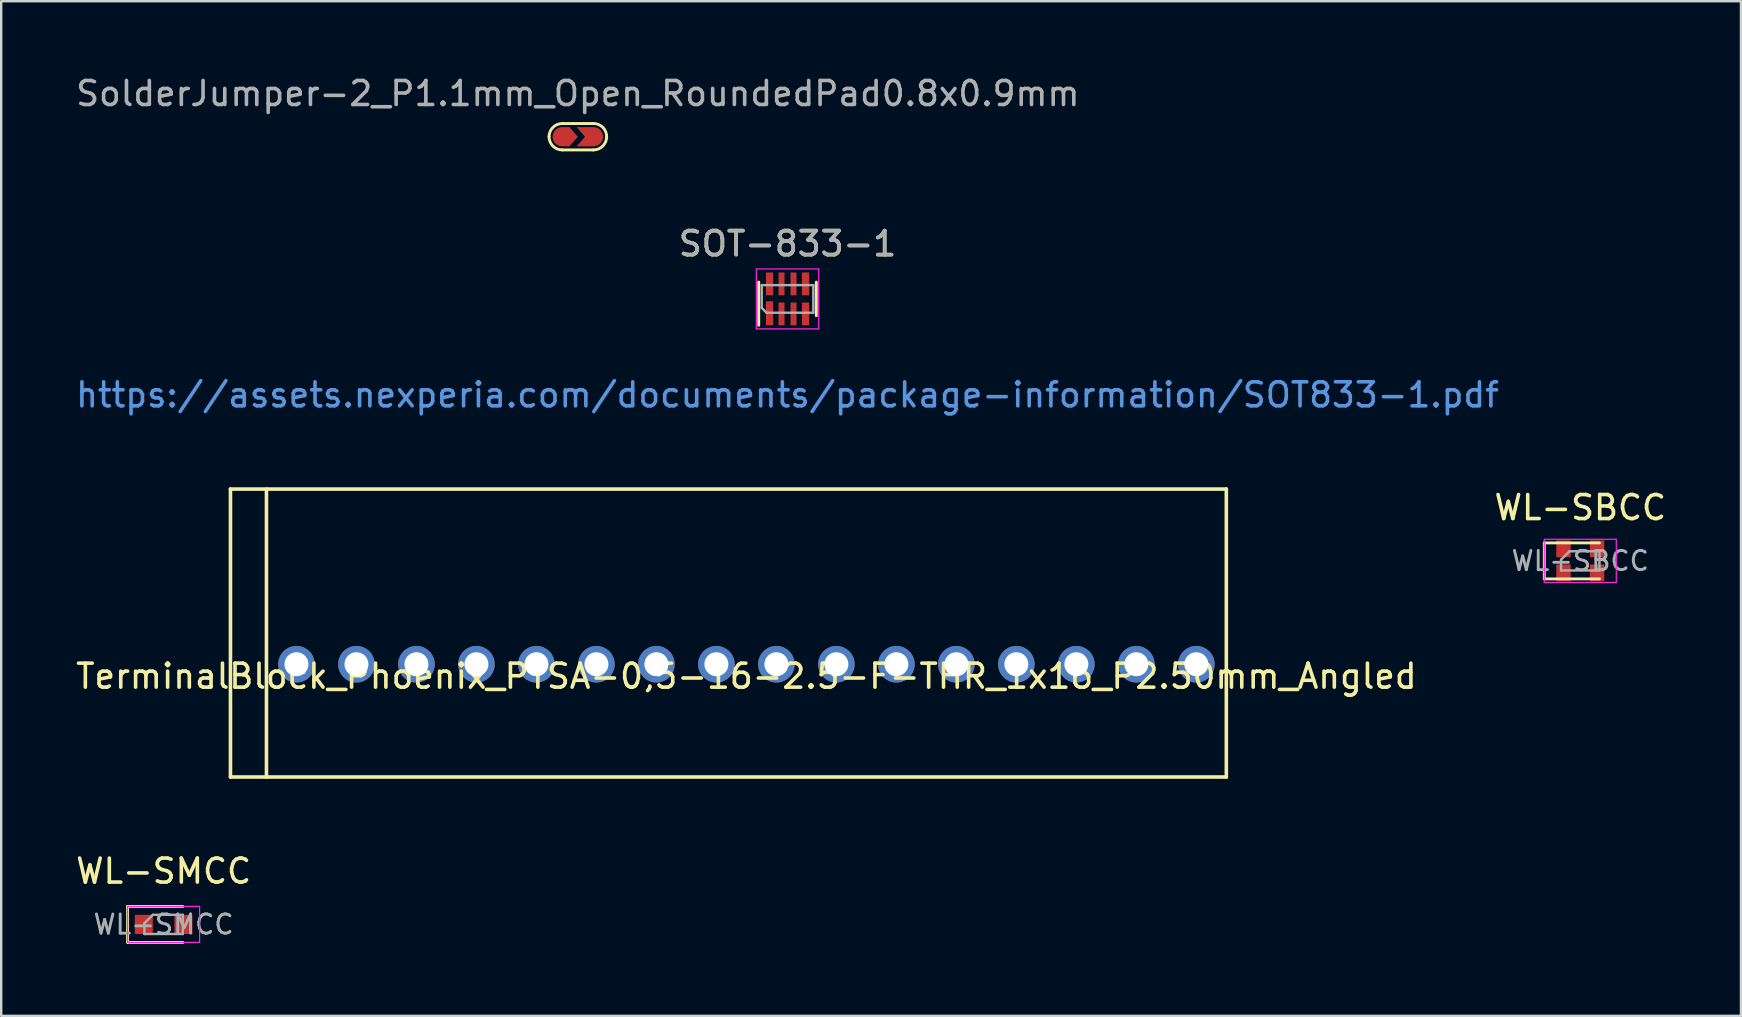
<source format=kicad_pcb>
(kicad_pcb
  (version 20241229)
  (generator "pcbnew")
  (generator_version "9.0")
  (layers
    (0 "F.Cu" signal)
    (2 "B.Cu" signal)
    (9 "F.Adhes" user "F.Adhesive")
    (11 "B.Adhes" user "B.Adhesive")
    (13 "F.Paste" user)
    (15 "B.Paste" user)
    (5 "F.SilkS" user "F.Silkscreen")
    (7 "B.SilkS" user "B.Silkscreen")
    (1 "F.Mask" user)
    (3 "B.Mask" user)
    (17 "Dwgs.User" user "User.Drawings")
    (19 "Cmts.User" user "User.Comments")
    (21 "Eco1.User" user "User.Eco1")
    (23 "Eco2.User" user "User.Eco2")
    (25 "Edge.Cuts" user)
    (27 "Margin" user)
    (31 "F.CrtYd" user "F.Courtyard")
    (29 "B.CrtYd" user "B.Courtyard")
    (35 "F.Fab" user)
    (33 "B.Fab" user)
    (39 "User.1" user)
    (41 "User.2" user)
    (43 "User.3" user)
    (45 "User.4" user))
  (footprint "WL-SBCC"
    (layer "F.Cu")
    (at 62.804 20.323)
    (property "Reference" "WL-SBCC" (at 0 -2.22 0) (layer "F.SilkS") (effects (font (size 1 1) (thickness 0.15))))
    (attr smd)
    (fp_line (start -1.5 -0.75) (end -1.5 0.75) (stroke (width 0.12) (type solid)) (layer "F.SilkS"))
    (fp_line (start -1.5 0.75) (end 0.8 0.75) (stroke (width 0.12) (type solid)) (layer "F.SilkS"))
    (fp_line (start 0.8 -0.75) (end -1.5 -0.75) (stroke (width 0.12) (type solid)) (layer "F.SilkS"))
    (fp_line (start -1.5 -0.9) (end 1.5 -0.9) (stroke (width 0.05) (type solid)) (layer "F.CrtYd"))
    (fp_line (start -1.5 0.9) (end -1.5 -0.9) (stroke (width 0.05) (type solid)) (layer "F.CrtYd"))
    (fp_line (start -1.5 0.9) (end 1.5 0.9) (stroke (width 0.05) (type solid)) (layer "F.CrtYd"))
    (fp_line (start 1.5 0.9) (end 1.5 -0.9) (stroke (width 0.05) (type solid)) (layer "F.CrtYd"))
    (fp_line (start -0.8 -0.05) (end -0.8 0.4) (stroke (width 0.1) (type solid)) (layer "F.Fab"))
    (fp_line (start -0.8 0.4) (end 0.8 0.4) (stroke (width 0.1) (type solid)) (layer "F.Fab"))
    (fp_line (start -0.45 -0.4) (end -0.8 -0.05) (stroke (width 0.1) (type solid)) (layer "F.Fab"))
    (fp_line (start -0.45 -0.4) (end 0.8 -0.4) (stroke (width 0.1) (type solid)) (layer "F.Fab"))
    (fp_line (start 0.8 0.4) (end 0.8 -0.4) (stroke (width 0.1) (type solid)) (layer "F.Fab"))
    (fp_text user "${REFERENCE}" (at 0 0 0) (layer "F.Fab") (effects (font (size 0.8 0.8) (thickness 0.12))))
    (pad "1" smd rect (at -0.7 0.5) (size 0.6 0.7) (layers "F.Cu" "F.Mask" "F.Paste"))
    (pad "2" smd rect (at -0.7 -0.5) (size 0.6 0.7) (layers "F.Cu" "F.Mask" "F.Paste"))
    (pad "3" smd rect (at 0.7 -0.5) (size 0.6 0.7) (layers "F.Cu" "F.Mask" "F.Paste"))
    (pad "4" smd rect (at 0.7 0.5) (size 0.6 0.7) (layers "F.Cu" "F.Mask" "F.Paste")))
  (footprint "SolderJumper-2_P1.1mm_Open_RoundedPad0.8x0.9mm"
    (layer "F.Cu")
    (at 21.03 2.648)
    (property "Reference" "SolderJumper-2_P1.1mm_Open_RoundedPad0.8x0.9mm" (at 0 -1.8 0) (layer "F.Fab") (effects (font (size 1 1) (thickness 0.15))))
    (attr exclude_from_pos_files exclude_from_bom)
    (fp_line (start -0.65 -0.55) (end 0.65 -0.55) (stroke (width 0.12) (type solid)) (layer "F.SilkS"))
    (fp_line (start 0.65 0.55) (end -0.65 0.55) (stroke (width 0.12) (type solid)) (layer "F.SilkS"))
    (fp_arc (start -1.2 0) (mid -1.038909 -0.388909) (end -0.65 -0.55) (stroke (width 0.12) (type solid)) (layer "F.SilkS"))
    (fp_arc (start -0.65 0.55) (mid -1.038909 0.388909) (end -1.2 0) (stroke (width 0.12) (type solid)) (layer "F.SilkS"))
    (fp_arc (start 0.65 -0.552268) (mid 1.057807 -0.372415) (end 1.2 0.05) (stroke (width 0.12) (type solid)) (layer "F.SilkS"))
    (fp_arc (start 1.2 0) (mid 1.038909 0.388909) (end 0.65 0.55) (stroke (width 0.12) (type solid)) (layer "F.SilkS"))
    (pad "" smd rect (at 0 0) (size 0.8 0.8) (layers "F.Mask"))
    (pad "1" smd custom (at -0.65 0) (size 0.3 0.3) (layers "F.Cu" "F.Mask") (options (anchor rect)) (primitives (gr_poly (pts (xy 0.3 0.4) (xy 0.65 0) (xy 0.3 -0.4) (xy 0 -0.4) (xy -0.066 -0.395) (xy -0.13 -0.378) (xy -0.19 -0.352) (xy -0.246 -0.316) (xy -0.294 -0.271) (xy -0.335 -0.219) (xy -0.366 -0.161) (xy -0.388 -0.098) (xy -0.399 -0.033) (xy -0.399 0.033) (xy -0.388 0.098) (xy -0.366 0.161) (xy -0.335 0.219) (xy -0.294 0.271) (xy -0.246 0.316) (xy -0.19 0.352) (xy -0.13 0.378) (xy -0.066 0.395) (xy 0 0.4)) (width 0) (fill yes))))
    (pad "2" smd custom (at 0.65 0) (size 0.3 0.3) (layers "F.Cu" "F.Mask") (options (anchor rect)) (primitives (gr_poly (pts (xy -0.7 0.4) (xy -0.35 0) (xy -0.7 -0.4) (xy 0 -0.4) (xy 0.066 -0.395) (xy 0.13 -0.378) (xy 0.19 -0.352) (xy 0.246 -0.316) (xy 0.294 -0.271) (xy 0.335 -0.219) (xy 0.366 -0.161) (xy 0.388 -0.098) (xy 0.399 -0.033) (xy 0.399 0.033) (xy 0.388 0.098) (xy 0.366 0.161) (xy 0.335 0.219) (xy 0.294 0.271) (xy 0.246 0.316) (xy 0.19 0.352) (xy 0.13 0.378) (xy 0.066 0.395) (xy 0 0.4)) (width 0) (fill yes)))))
  (footprint "SOT-833-1"
    (layer "F.Cu")
    (at 29.768 9.406)
    (property "Reference" "SOT-833-1" (at 0 -2.3 0) (layer "F.SilkS") (effects (font (size 1 1) (thickness 0.15))))
    (attr smd)
    (fp_line (start -1.2 -0.7) (end -1.2 1.1) (stroke (width 0.12) (type solid)) (layer "F.SilkS"))
    (fp_line (start 1.2 -0.7) (end 1.2 0.7) (stroke (width 0.12) (type solid)) (layer "F.SilkS"))
    (fp_line (start -1.3 -1.25) (end -1.3 1.25) (stroke (width 0.05) (type solid)) (layer "F.CrtYd"))
    (fp_line (start -1.3 -1.25) (end 1.3 -1.25) (stroke (width 0.05) (type solid)) (layer "F.CrtYd"))
    (fp_line (start 1.3 -1.25) (end 1.3 1.25) (stroke (width 0.05) (type solid)) (layer "F.CrtYd"))
    (fp_line (start 1.3 1.25) (end -1.3 1.25) (stroke (width 0.05) (type solid)) (layer "F.CrtYd"))
    (fp_line (start -1.075 -0.575) (end -1.075 0.375) (stroke (width 0.1) (type solid)) (layer "F.Fab"))
    (fp_line (start -1.075 -0.575) (end 1.075 -0.575) (stroke (width 0.1) (type solid)) (layer "F.Fab"))
    (fp_line (start -1.075 0.375) (end -0.875 0.575) (stroke (width 0.1) (type solid)) (layer "F.Fab"))
    (fp_line (start -0.875 0.575) (end 1.075 0.575) (stroke (width 0.1) (type solid)) (layer "F.Fab"))
    (fp_line (start 1.075 -0.575) (end 1.075 0.575) (stroke (width 0.1) (type solid)) (layer "F.Fab"))
    (fp_text user "https://assets.nexperia.com/documents/package-information/SOT833-1.pdf" (at 0 4 0) (layer "Cmts.User") (effects (font (size 1 1) (thickness 0.15))))
    (fp_text user "${REFERENCE}" (at 0 -2.3 0) (layer "F.Fab") (effects (font (size 1 1) (thickness 0.15))))
    (pad "1" smd rect (at -0.75 0.625) (size 0.3 1) (drill (offset 0 -0.025)) (layers "F.Cu" "F.Mask" "F.Paste"))
    (pad "2" smd rect (at -0.25 0.625) (size 0.25 0.95) (layers "F.Cu" "F.Mask" "F.Paste"))
    (pad "3" smd rect (at 0.25 0.625) (size 0.25 0.95) (layers "F.Cu" "F.Mask" "F.Paste"))
    (pad "4" smd rect (at 0.75 0.625) (size 0.3 0.95) (layers "F.Cu" "F.Mask" "F.Paste"))
    (pad "5" smd rect (at 0.75 -0.625) (size 0.3 0.95) (layers "F.Cu" "F.Mask" "F.Paste"))
    (pad "6" smd rect (at 0.25 -0.625) (size 0.25 0.95) (layers "F.Cu" "F.Mask" "F.Paste"))
    (pad "7" smd rect (at -0.25 -0.625) (size 0.25 0.95) (layers "F.Cu" "F.Mask" "F.Paste"))
    (pad "8" smd rect (at -0.75 -0.625) (size 0.3 0.95) (layers "F.Cu" "F.Mask" "F.Paste")))
  (footprint "WL-SMCC"
    (layer "F.Cu")
    (at 3.768 35.473)
    (property "Reference" "WL-SMCC" (at 0 -2.22 0) (layer "F.SilkS") (effects (font (size 1 1) (thickness 0.15))))
    (attr smd)
    (fp_line (start -1.5 -0.75) (end -1.5 0.75) (stroke (width 0.12) (type solid)) (layer "F.SilkS"))
    (fp_line (start -1.5 0.75) (end 0.8 0.75) (stroke (width 0.12) (type solid)) (layer "F.SilkS"))
    (fp_line (start 0.8 -0.75) (end -1.5 -0.75) (stroke (width 0.12) (type solid)) (layer "F.SilkS"))
    (fp_line (start -1.5 -0.75) (end 1.5 -0.75) (stroke (width 0.05) (type solid)) (layer "F.CrtYd"))
    (fp_line (start -1.5 0.75) (end -1.5 -0.75) (stroke (width 0.05) (type solid)) (layer "F.CrtYd"))
    (fp_line (start -1.5 0.75) (end 1.5 0.75) (stroke (width 0.05) (type solid)) (layer "F.CrtYd"))
    (fp_line (start 1.5 0.75) (end 1.5 -0.75) (stroke (width 0.05) (type solid)) (layer "F.CrtYd"))
    (fp_line (start -0.8 -0.05) (end -0.8 0.4) (stroke (width 0.1) (type solid)) (layer "F.Fab"))
    (fp_line (start -0.8 0.4) (end 0.8 0.4) (stroke (width 0.1) (type solid)) (layer "F.Fab"))
    (fp_line (start -0.45 -0.4) (end -0.8 -0.05) (stroke (width 0.1) (type solid)) (layer "F.Fab"))
    (fp_line (start -0.45 -0.4) (end 0.8 -0.4) (stroke (width 0.1) (type solid)) (layer "F.Fab"))
    (fp_line (start 0.8 0.4) (end 0.8 -0.4) (stroke (width 0.1) (type solid)) (layer "F.Fab"))
    (fp_text user "${REFERENCE}" (at 0 0 0) (layer "F.Fab") (effects (font (size 0.8 0.8) (thickness 0.12))))
    (pad "1" smd rect (at -0.825 0) (size 0.75 0.8) (layers "F.Cu" "F.Mask" "F.Paste"))
    (pad "2" smd rect (at 0.825 0) (size 0.75 0.8) (layers "F.Cu" "F.Mask" "F.Paste")))
  (footprint "TerminalBlock_Phoenix_PTSA-0,5-16-2.5-F-THR_1x16_P2.50mm_Angled"
    (layer "F.Cu")
    (at 28.054 24.63)
    (property "Reference" "TerminalBlock_Phoenix_PTSA-0,5-16-2.5-F-THR_1x16_P2.50mm_Angled" (at 0 0.5 0) (layer "F.SilkS") (effects (font (size 1 1) (thickness 0.15))))
    (attr through_hole)
    (fp_line (start -21.5 -7.3) (end -21.5 4.7) (stroke (width 0.15) (type solid)) (layer "F.SilkS"))
    (fp_line (start -21.5 4.7) (end 20 4.7) (stroke (width 0.15) (type solid)) (layer "F.SilkS"))
    (fp_line (start -20 -7.3) (end -20 4.7) (stroke (width 0.15) (type solid)) (layer "F.SilkS"))
    (fp_line (start 20 -7.3) (end -21.5 -7.3) (stroke (width 0.15) (type solid)) (layer "F.SilkS"))
    (fp_line (start 20 4.7) (end 20 -7.3) (stroke (width 0.15) (type solid)) (layer "F.SilkS"))
    (pad "1" thru_hole circle (at -18.75 0) (size 1.524 1.524) (drill 1) (layers "*.Cu" "*.Mask"))
    (pad "2" thru_hole circle (at -16.25 0) (size 1.524 1.524) (drill 1) (layers "*.Cu" "*.Mask"))
    (pad "3" thru_hole circle (at -13.75 0) (size 1.524 1.524) (drill 1) (layers "*.Cu" "*.Mask"))
    (pad "4" thru_hole circle (at -11.25 0) (size 1.524 1.524) (drill 1) (layers "*.Cu" "*.Mask"))
    (pad "5" thru_hole circle (at -8.75 0) (size 1.524 1.524) (drill 1) (layers "*.Cu" "*.Mask"))
    (pad "6" thru_hole circle (at -6.25 0) (size 1.524 1.524) (drill 1) (layers "*.Cu" "*.Mask"))
    (pad "7" thru_hole circle (at -3.75 0) (size 1.524 1.524) (drill 1) (layers "*.Cu" "*.Mask"))
    (pad "8" thru_hole circle (at -1.25 0) (size 1.524 1.524) (drill 1) (layers "*.Cu" "*.Mask"))
    (pad "9" thru_hole circle (at 1.25 0) (size 1.524 1.524) (drill 1) (layers "*.Cu" "*.Mask"))
    (pad "10" thru_hole circle (at 3.75 0) (size 1.524 1.524) (drill 1) (layers "*.Cu" "*.Mask"))
    (pad "11" thru_hole circle (at 6.25 0) (size 1.524 1.524) (drill 1) (layers "*.Cu" "*.Mask"))
    (pad "12" thru_hole circle (at 8.75 0) (size 1.524 1.524) (drill 1) (layers "*.Cu" "*.Mask"))
    (pad "13" thru_hole circle (at 11.25 0) (size 1.524 1.524) (drill 1) (layers "*.Cu" "*.Mask"))
    (pad "14" thru_hole circle (at 13.75 0) (size 1.524 1.524) (drill 1) (layers "*.Cu" "*.Mask"))
    (pad "15" thru_hole circle (at 16.25 0) (size 1.524 1.524) (drill 1) (layers "*.Cu" "*.Mask"))
    (pad "16" thru_hole circle (at 18.75 0) (size 1.524 1.524) (drill 1) (layers "*.Cu" "*.Mask")))
  (gr_rect
    (start -3 -3)
    (end 69.5 39.283)
    (stroke (width 0.1) (type default))
    (fill no)
    (layer "Edge.Cuts")))
</source>
